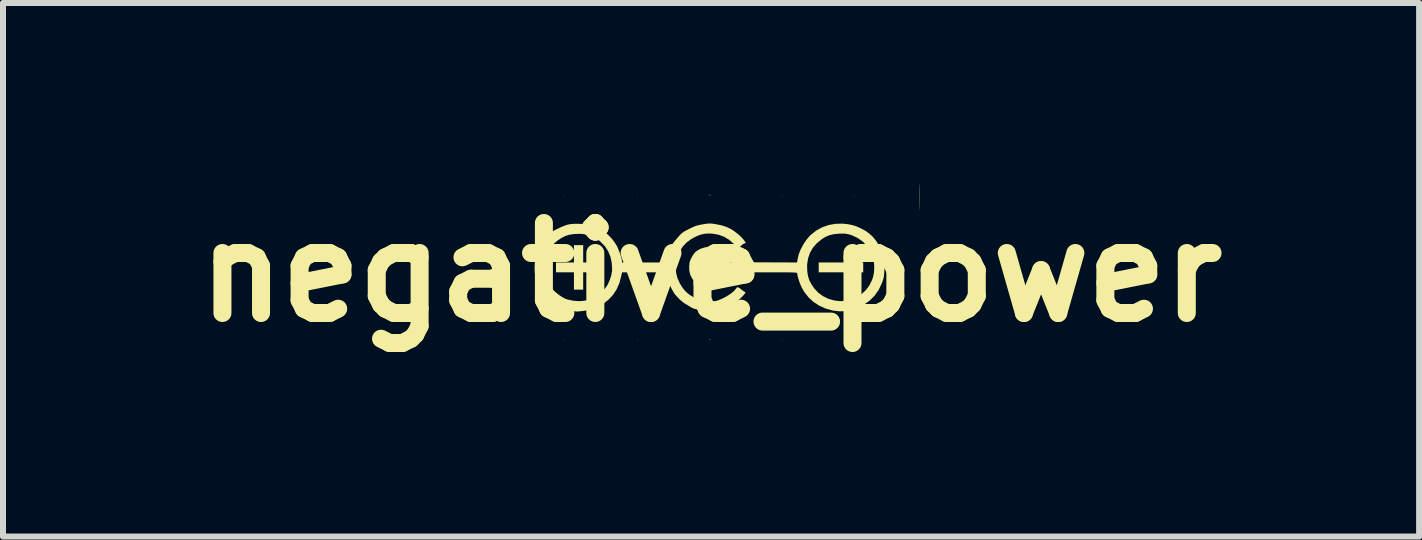
<source format=kicad_pcb>
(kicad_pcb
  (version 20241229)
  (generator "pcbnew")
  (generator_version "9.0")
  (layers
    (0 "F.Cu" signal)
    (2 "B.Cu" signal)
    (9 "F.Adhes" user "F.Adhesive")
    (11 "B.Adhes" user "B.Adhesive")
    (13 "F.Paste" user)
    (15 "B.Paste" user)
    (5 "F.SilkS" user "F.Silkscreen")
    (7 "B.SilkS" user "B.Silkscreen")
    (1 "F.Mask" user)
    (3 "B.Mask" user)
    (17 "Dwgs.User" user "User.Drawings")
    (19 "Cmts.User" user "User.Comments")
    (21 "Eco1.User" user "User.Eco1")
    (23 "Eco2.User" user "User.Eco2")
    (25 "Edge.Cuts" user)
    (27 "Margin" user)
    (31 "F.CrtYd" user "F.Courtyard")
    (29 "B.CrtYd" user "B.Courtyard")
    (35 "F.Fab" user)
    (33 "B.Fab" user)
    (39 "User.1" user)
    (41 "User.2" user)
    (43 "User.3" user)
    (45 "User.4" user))
  (footprint "negative_power"
    (layer "F.Cu")
    (at 8.8 1.488)
    (property "Reference" "negative_power" (at 0 0 0) (layer "F.SilkS") (effects (font (size 1.5 1.5) (thickness 0.3))))
    (attr board_only exclude_from_pos_files exclude_from_bom)
    (fp_poly (pts (xy -2.44 -1.287) (xy -2.445 -1.283) (xy -2.449 -1.287) (xy -2.445 -1.292)) (stroke (width 0) (type solid)) (fill yes) (layer "F.SilkS"))
    (fp_poly (pts (xy -2.44 1.123) (xy -2.445 1.128) (xy -2.449 1.123) (xy -2.445 1.119)) (stroke (width 0) (type solid)) (fill yes) (layer "F.SilkS"))
    (fp_poly (pts (xy -1.225 -1.287) (xy -1.23 -1.283) (xy -1.234 -1.287) (xy -1.23 -1.292)) (stroke (width 0) (type solid)) (fill yes) (layer "F.SilkS"))
    (fp_poly (pts (xy -1.225 1.123) (xy -1.23 1.128) (xy -1.234 1.123) (xy -1.23 1.119)) (stroke (width 0) (type solid)) (fill yes) (layer "F.SilkS"))
    (fp_poly (pts (xy 1.186 -1.287) (xy 1.181 -1.283) (xy 1.176 -1.287) (xy 1.181 -1.292)) (stroke (width 0) (type solid)) (fill yes) (layer "F.SilkS"))
    (fp_poly (pts (xy 1.186 1.123) (xy 1.181 1.128) (xy 1.176 1.123) (xy 1.181 1.119)) (stroke (width 0) (type solid)) (fill yes) (layer "F.SilkS"))
    (fp_poly (pts (xy 2.401 -1.287) (xy 2.396 -1.283) (xy 2.391 -1.287) (xy 2.396 -1.292)) (stroke (width 0) (type solid)) (fill yes) (layer "F.SilkS"))
    (fp_poly (pts (xy 2.401 1.123) (xy 2.396 1.128) (xy 2.391 1.123) (xy 2.396 1.119)) (stroke (width 0) (type solid)) (fill yes) (layer "F.SilkS"))
    (fp_poly (pts (xy -0.007 -1.289) (xy -0.007 -1.286) (xy -0.022 -1.284) (xy -0.024 -1.284) (xy -0.039 -1.286) (xy -0.038 -1.289) (xy -0.036 -1.289) (xy -0.015 -1.291)) (stroke (width 0) (type solid)) (fill yes) (layer "F.SilkS"))
    (fp_poly (pts (xy -0.007 1.122) (xy -0.007 1.125) (xy -0.022 1.126) (xy -0.024 1.126) (xy -0.039 1.125) (xy -0.038 1.122) (xy -0.036 1.122) (xy -0.015 1.12)) (stroke (width 0) (type solid)) (fill yes) (layer "F.SilkS"))
    (fp_poly (pts (xy 2.536 -0.082) (xy 2.536 -0.000001) (xy 2.165 -0.000001) (xy 1.794 -0.000001) (xy 1.794 -0.082) (xy 1.794 -0.164) (xy 2.165 -0.164) (xy 2.536 -0.164)) (stroke (width 0) (type solid)) (fill yes) (layer "F.SilkS"))
    (fp_poly (pts (xy 3.478 -1.486) (xy 3.478 -1.466) (xy 3.479 -1.443) (xy 3.48 -1.367) (xy 3.48 -1.28) (xy 3.48 -1.191) (xy 3.479 -1.109) (xy 3.479 -1.067) (xy 3.478 -1.037) (xy 3.478 -1.025) (xy 3.477 -1.03) (xy 3.477 -1.052) (xy 3.476 -1.09) (xy 3.476 -1.142) (xy 3.476 -1.209) (xy 3.476 -1.258) (xy 3.476 -1.333) (xy 3.476 -1.394) (xy 3.476 -1.441) (xy 3.477 -1.472) (xy 3.477 -1.488)) (stroke (width 0) (type solid)) (fill yes) (layer "F.SilkS"))
    (fp_poly (pts (xy -2.131 -0.309) (xy -2.131 -0.164) (xy -1.986 -0.164) (xy -1.842 -0.164) (xy -1.842 -0.082) (xy -1.842 -0.000001) (xy -1.986 -0.000001) (xy -2.131 -0.000001) (xy -2.131 0.145) (xy -2.131 0.289) (xy -2.208 0.289) (xy -2.285 0.289) (xy -2.285 0.145) (xy -2.285 -0.000001) (xy -2.435 -0.000001) (xy -2.584 -0.000001) (xy -2.584 -0.082) (xy -2.584 -0.164) (xy -2.435 -0.164) (xy -2.285 -0.164) (xy -2.285 -0.309) (xy -2.285 -0.453) (xy -2.208 -0.453) (xy -2.131 -0.453)) (stroke (width 0) (type solid)) (fill yes) (layer "F.SilkS"))
    (fp_poly (pts (xy 2.285 -0.801) (xy 2.344 -0.789) (xy 2.393 -0.776) (xy 2.438 -0.759) (xy 2.49 -0.735) (xy 2.493 -0.734) (xy 2.573 -0.691) (xy 2.639 -0.644) (xy 2.695 -0.592) (xy 2.747 -0.528) (xy 2.763 -0.505) (xy 2.819 -0.411) (xy 2.858 -0.314) (xy 2.881 -0.212) (xy 2.89 -0.101) (xy 2.888 -0.024) (xy 2.885 0.029) (xy 2.88 0.07) (xy 2.873 0.105) (xy 2.861 0.142) (xy 2.844 0.188) (xy 2.844 0.188) (xy 2.792 0.295) (xy 2.726 0.389) (xy 2.645 0.47) (xy 2.549 0.539) (xy 2.476 0.579) (xy 2.367 0.622) (xy 2.257 0.646) (xy 2.146 0.651) (xy 2.032 0.638) (xy 2.03 0.637) (xy 1.912 0.605) (xy 1.804 0.557) (xy 1.708 0.495) (xy 1.624 0.418) (xy 1.554 0.328) (xy 1.512 0.257) (xy 1.493 0.213) (xy 1.473 0.163) (xy 1.457 0.112) (xy 1.444 0.065) (xy 1.437 0.029) (xy 1.437 0.018) (xy 1.436 0.014) (xy 1.433 0.011) (xy 1.426 0.008) (xy 1.415 0.006) (xy 1.396 0.004) (xy 1.369 0.003) (xy 1.333 0.002) (xy 1.286 0.001) (xy 1.226 0.001) (xy 1.153 0.000247) (xy 1.064 0.000076) (xy 0.958 0.000008) (xy 0.872 -0.000001) (xy 0.754 0.000027) (xy 0.653 0.00014) (xy 0.568 0.00038) (xy 0.499 0.001) (xy 0.442 0.001) (xy 0.398 0.002) (xy 0.365 0.003) (xy 0.34 0.005) (xy 0.323 0.007) (xy 0.312 0.009) (xy 0.306 0.012) (xy 0.303 0.015) (xy 0.303 0.017) (xy 0.274 0.086) (xy 0.236 0.141) (xy 0.186 0.186) (xy 0.123 0.223) (xy 0.071 0.245) (xy 0.026 0.257) (xy -0.02 0.26) (xy -0.071 0.254) (xy -0.112 0.245) (xy -0.155 0.234) (xy -0.187 0.223) (xy -0.213 0.208) (xy -0.24 0.186) (xy -0.263 0.165) (xy -0.313 0.107) (xy -0.346 0.043) (xy -0.363 -0.03) (xy -0.364 -0.096) (xy 1.601 -0.096) (xy 1.604 -0.009) (xy 1.616 0.066) (xy 1.638 0.133) (xy 1.672 0.198) (xy 1.719 0.267) (xy 1.723 0.272) (xy 1.788 0.341) (xy 1.865 0.397) (xy 1.952 0.44) (xy 2.046 0.468) (xy 2.144 0.481) (xy 2.244 0.478) (xy 2.277 0.473) (xy 2.309 0.464) (xy 2.351 0.449) (xy 2.396 0.43) (xy 2.417 0.42) (xy 2.504 0.366) (xy 2.578 0.299) (xy 2.638 0.219) (xy 2.684 0.127) (xy 2.699 0.083) (xy 2.715 0.006) (xy 2.72 -0.08) (xy 2.715 -0.168) (xy 2.698 -0.249) (xy 2.695 -0.258) (xy 2.656 -0.353) (xy 2.6 -0.437) (xy 2.531 -0.51) (xy 2.448 -0.569) (xy 2.354 -0.614) (xy 2.298 -0.632) (xy 2.261 -0.64) (xy 2.222 -0.645) (xy 2.173 -0.645) (xy 2.134 -0.644) (xy 2.05 -0.636) (xy 1.977 -0.62) (xy 1.91 -0.592) (xy 1.846 -0.553) (xy 1.779 -0.498) (xy 1.763 -0.484) (xy 1.699 -0.412) (xy 1.651 -0.329) (xy 1.618 -0.237) (xy 1.602 -0.138) (xy 1.601 -0.096) (xy -0.364 -0.096) (xy -0.364 -0.109) (xy -0.36 -0.152) (xy -0.351 -0.189) (xy -0.334 -0.227) (xy -0.323 -0.249) (xy -0.298 -0.292) (xy -0.27 -0.328) (xy -0.25 -0.348) (xy -0.183 -0.389) (xy -0.108 -0.414) (xy -0.029 -0.423) (xy 0.05 -0.415) (xy 0.127 -0.389) (xy 0.139 -0.383) (xy 0.176 -0.359) (xy 0.215 -0.324) (xy 0.251 -0.284) (xy 0.278 -0.244) (xy 0.293 -0.212) (xy 0.306 -0.169) (xy 0.869 -0.166) (xy 1.433 -0.164) (xy 1.445 -0.234) (xy 1.463 -0.306) (xy 1.495 -0.383) (xy 1.536 -0.461) (xy 1.584 -0.535) (xy 1.636 -0.598) (xy 1.661 -0.623) (xy 1.752 -0.695) (xy 1.852 -0.75) (xy 1.96 -0.788) (xy 2.074 -0.808) (xy 2.192 -0.811)) (stroke (width 0) (type solid)) (fill yes) (layer "F.SilkS"))
    (fp_poly (pts (xy 0.02 -0.811) (xy 0.061 -0.805) (xy 0.068 -0.804) (xy 0.169 -0.784) (xy 0.256 -0.757) (xy 0.333 -0.721) (xy 0.342 -0.715) (xy 0.398 -0.677) (xy 0.454 -0.633) (xy 0.504 -0.587) (xy 0.543 -0.543) (xy 0.548 -0.536) (xy 0.58 -0.492) (xy 0.545 -0.476) (xy 0.524 -0.464) (xy 0.512 -0.454) (xy 0.511 -0.452) (xy 0.504 -0.443) (xy 0.485 -0.429) (xy 0.478 -0.425) (xy 0.446 -0.405) (xy 0.38 -0.473) (xy 0.302 -0.542) (xy 0.216 -0.593) (xy 0.123 -0.627) (xy 0.021 -0.644) (xy -0.038 -0.646) (xy -0.1 -0.643) (xy -0.158 -0.632) (xy -0.217 -0.612) (xy -0.281 -0.581) (xy -0.33 -0.554) (xy -0.407 -0.497) (xy -0.473 -0.427) (xy -0.525 -0.345) (xy -0.562 -0.255) (xy -0.583 -0.157) (xy -0.588 -0.081) (xy -0.581 0.015) (xy -0.559 0.101) (xy -0.521 0.184) (xy -0.519 0.188) (xy -0.48 0.25) (xy -0.444 0.298) (xy -0.405 0.337) (xy -0.36 0.373) (xy -0.344 0.383) (xy -0.283 0.421) (xy -0.23 0.447) (xy -0.178 0.464) (xy -0.121 0.474) (xy -0.053 0.479) (xy -0.043 0.48) (xy 0.007 0.481) (xy 0.044 0.481) (xy 0.073 0.479) (xy 0.098 0.473) (xy 0.126 0.464) (xy 0.139 0.459) (xy 0.207 0.429) (xy 0.273 0.393) (xy 0.332 0.353) (xy 0.381 0.313) (xy 0.415 0.274) (xy 0.418 0.269) (xy 0.43 0.254) (xy 0.442 0.249) (xy 0.459 0.253) (xy 0.483 0.269) (xy 0.517 0.296) (xy 0.541 0.314) (xy 0.561 0.326) (xy 0.568 0.328) (xy 0.574 0.333) (xy 0.567 0.35) (xy 0.545 0.378) (xy 0.514 0.411) (xy 0.435 0.485) (xy 0.352 0.544) (xy 0.26 0.59) (xy 0.173 0.621) (xy 0.13 0.633) (xy 0.091 0.641) (xy 0.049 0.645) (xy -0.002 0.646) (xy -0.02 0.646) (xy -0.078 0.645) (xy -0.13 0.641) (xy -0.169 0.635) (xy -0.179 0.633) (xy -0.215 0.623) (xy -0.25 0.615) (xy -0.261 0.613) (xy -0.291 0.604) (xy -0.324 0.588) (xy -0.339 0.58) (xy -0.373 0.559) (xy -0.412 0.535) (xy -0.429 0.526) (xy -0.458 0.506) (xy -0.493 0.478) (xy -0.53 0.445) (xy -0.546 0.429) (xy -0.58 0.392) (xy -0.608 0.358) (xy -0.632 0.32) (xy -0.659 0.271) (xy -0.67 0.249) (xy -0.693 0.2) (xy -0.714 0.148) (xy -0.731 0.101) (xy -0.74 0.07) (xy -0.757 0.000135) (xy -1.12 0.000067) (xy -1.484 -0.000001) (xy -1.495 0.055) (xy -1.526 0.175) (xy -1.572 0.281) (xy -1.632 0.374) (xy -1.706 0.454) (xy -1.777 0.51) (xy -1.852 0.557) (xy -1.92 0.592) (xy -1.986 0.617) (xy -2.058 0.634) (xy -2.14 0.645) (xy -2.148 0.646) (xy -2.188 0.65) (xy -2.221 0.653) (xy -2.242 0.654) (xy -2.247 0.654) (xy -2.258 0.652) (xy -2.283 0.648) (xy -2.305 0.645) (xy -2.429 0.616) (xy -2.545 0.571) (xy -2.652 0.51) (xy -2.679 0.49) (xy -2.731 0.442) (xy -2.783 0.38) (xy -2.831 0.308) (xy -2.873 0.229) (xy -2.907 0.15) (xy -2.928 0.076) (xy -2.937 0.007) (xy -2.94 -0.071) (xy -2.939 -0.092) (xy -2.773 -0.092) (xy -2.767 0.006) (xy -2.746 0.1) (xy -2.711 0.186) (xy -2.69 0.223) (xy -2.652 0.271) (xy -2.604 0.32) (xy -2.548 0.367) (xy -2.49 0.407) (xy -2.434 0.438) (xy -2.394 0.453) (xy -2.293 0.474) (xy -2.198 0.481) (xy -2.112 0.474) (xy -2.079 0.467) (xy -2.009 0.443) (xy -1.939 0.408) (xy -1.871 0.363) (xy -1.81 0.314) (xy -1.76 0.261) (xy -1.725 0.209) (xy -1.69 0.133) (xy -1.665 0.057) (xy -1.651 -0.014) (xy -1.649 -0.051) (xy -1.656 -0.163) (xy -1.678 -0.262) (xy -1.715 -0.351) (xy -1.767 -0.432) (xy -1.837 -0.504) (xy -1.863 -0.527) (xy -1.932 -0.576) (xy -2.001 -0.61) (xy -2.076 -0.631) (xy -2.161 -0.64) (xy -2.203 -0.641) (xy -2.289 -0.637) (xy -2.362 -0.626) (xy -2.427 -0.605) (xy -2.489 -0.574) (xy -2.492 -0.572) (xy -2.553 -0.533) (xy -2.6 -0.495) (xy -2.639 -0.455) (xy -2.675 -0.406) (xy -2.675 -0.406) (xy -2.707 -0.355) (xy -2.73 -0.312) (xy -2.746 -0.269) (xy -2.758 -0.218) (xy -2.764 -0.189) (xy -2.773 -0.092) (xy -2.939 -0.092) (xy -2.936 -0.153) (xy -2.926 -0.23) (xy -2.911 -0.297) (xy -2.91 -0.299) (xy -2.867 -0.407) (xy -2.813 -0.502) (xy -2.747 -0.588) (xy -2.717 -0.621) (xy -2.691 -0.646) (xy -2.666 -0.666) (xy -2.636 -0.685) (xy -2.597 -0.706) (xy -2.561 -0.724) (xy -2.493 -0.756) (xy -2.437 -0.779) (xy -2.386 -0.795) (xy -2.335 -0.804) (xy -2.28 -0.808) (xy -2.214 -0.808) (xy -2.179 -0.807) (xy -2.104 -0.803) (xy -2.042 -0.796) (xy -1.989 -0.785) (xy -1.94 -0.769) (xy -1.889 -0.746) (xy -1.866 -0.735) (xy -1.791 -0.688) (xy -1.717 -0.626) (xy -1.65 -0.556) (xy -1.594 -0.48) (xy -1.567 -0.434) (xy -1.549 -0.394) (xy -1.53 -0.346) (xy -1.513 -0.297) (xy -1.498 -0.251) (xy -1.488 -0.212) (xy -1.485 -0.188) (xy -1.485 -0.164) (xy -1.12 -0.164) (xy -0.754 -0.164) (xy -0.748 -0.2) (xy -0.737 -0.248) (xy -0.721 -0.302) (xy -0.703 -0.356) (xy -0.684 -0.404) (xy -0.668 -0.436) (xy -0.651 -0.462) (xy -0.624 -0.496) (xy -0.592 -0.536) (xy -0.56 -0.574) (xy -0.527 -0.612) (xy -0.5 -0.64) (xy -0.475 -0.661) (xy -0.448 -0.68) (xy -0.412 -0.699) (xy -0.365 -0.723) (xy -0.363 -0.724) (xy -0.311 -0.749) (xy -0.27 -0.767) (xy -0.233 -0.78) (xy -0.194 -0.789) (xy -0.147 -0.798) (xy -0.135 -0.8) (xy -0.084 -0.808) (xy -0.046 -0.812) (xy -0.014 -0.813)) (stroke (width 0) (type solid)) (fill yes) (layer "F.SilkS")))
  (gr_rect
    (start -3 -3)
    (end 20.6 5.892)
    (stroke (width 0.1) (type default))
    (fill no)
    (layer "Edge.Cuts")))
</source>
